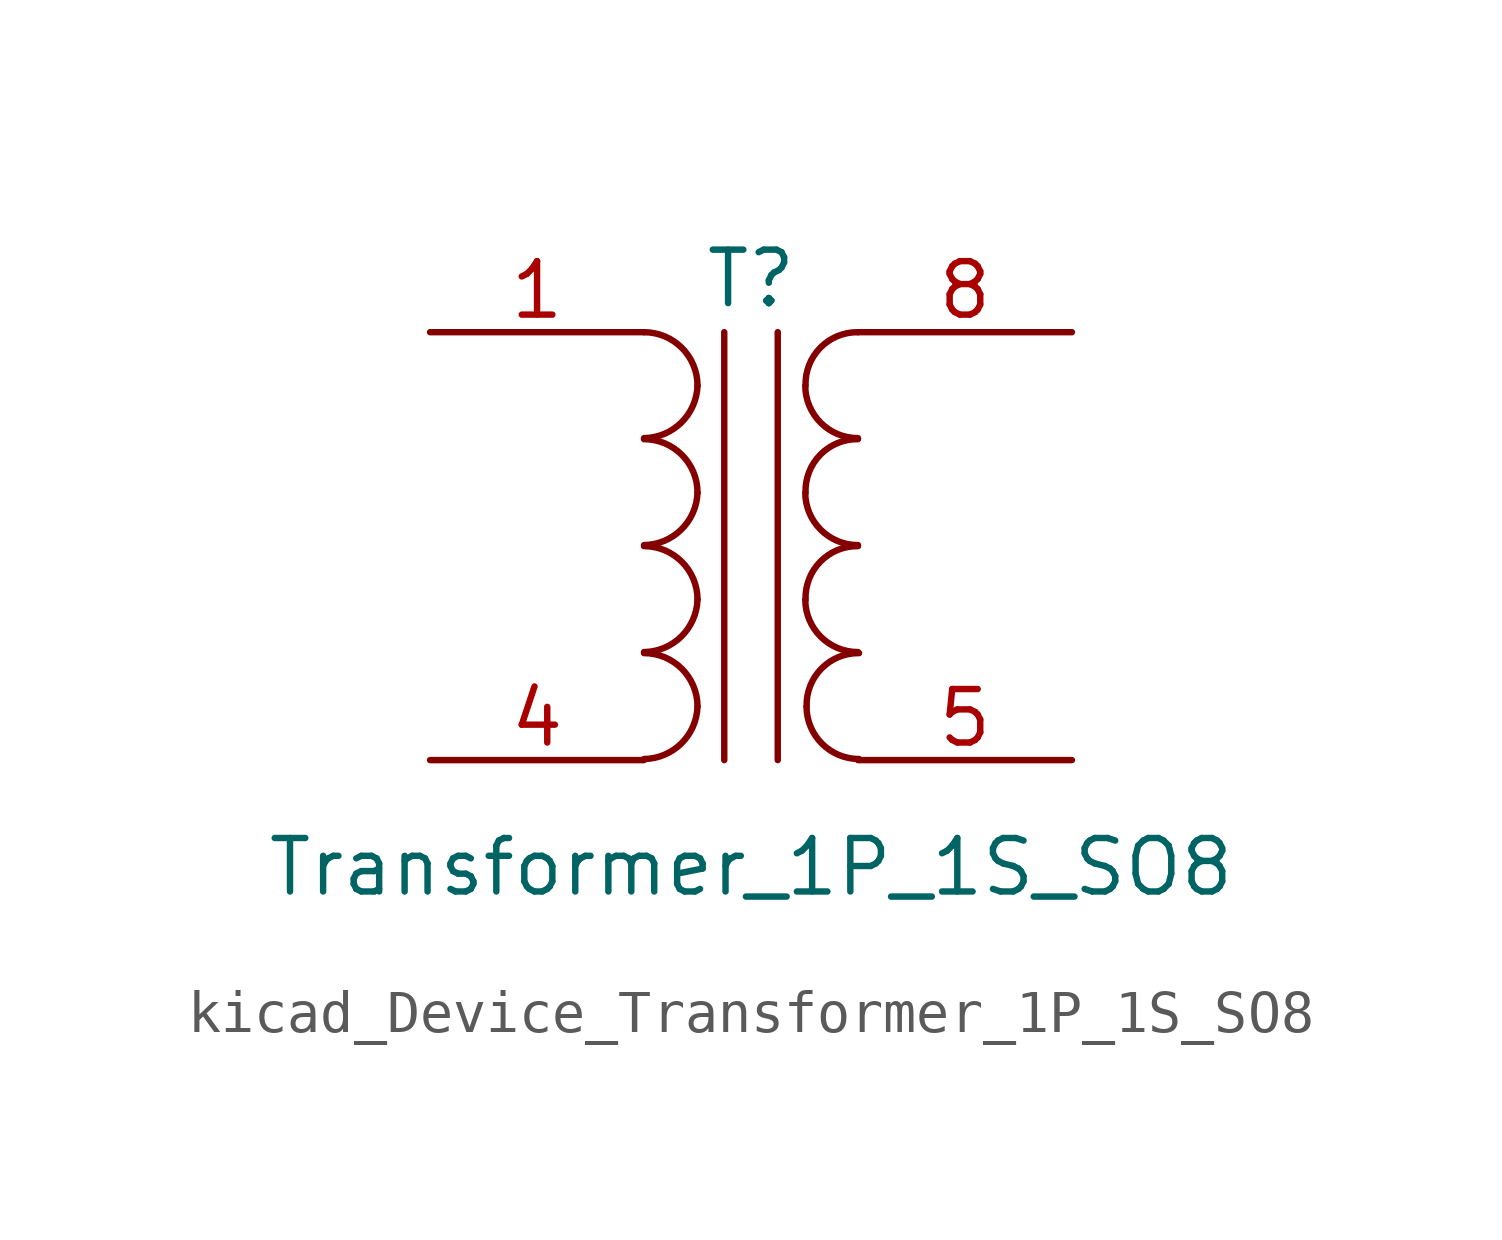
<source format=kicad_sym>
(kicad_symbol_lib
  (version 20220914)
  (generator kicad_symbol_editor)
  (symbol "kicad_Device_Transformer_1P_1S_SO8"
    (pin_names
      (offset 1.016) hide)
    (property "Reference" "T"
      (at 0 6.35 0)
      (effects (font (size 1.27 1.27))))
    (property "Value" "Transformer_1P_1S_SO8"
      (at 0 -7.62 0)
      (effects (font (size 1.27 1.27))))
    (symbol "kicad_Device_Transformer_1P_1S_SO8_0_1"
      (arc (start -2.54 -5.0546) (mid -1.6599 -4.6901) (end -1.27 -3.81) (stroke (width 0) (type default)) (fill (type none)))
      (arc (start -2.54 -2.5146) (mid -1.6599 -2.1501) (end -1.27 -1.27) (stroke (width 0) (type default)) (fill (type none)))
      (arc (start -2.54 0.0254) (mid -1.6599 0.3899) (end -1.27 1.27) (stroke (width 0) (type default)) (fill (type none)))
      (arc (start -2.54 2.5654) (mid -1.6599 2.9299) (end -1.27 3.81) (stroke (width 0) (type default)) (fill (type none)))
      (arc (start -1.27 -3.81) (mid -1.642 -2.912) (end -2.54 -2.54) (stroke (width 0) (type default)) (fill (type none)))
      (arc (start -1.27 -1.27) (mid -1.642 -0.372) (end -2.54 0) (stroke (width 0) (type default)) (fill (type none)))
      (arc (start -1.27 1.27) (mid -1.642 2.168) (end -2.54 2.54) (stroke (width 0) (type default)) (fill (type none)))
      (arc (start -1.27 3.81) (mid -1.642 4.708) (end -2.54 5.08) (stroke (width 0) (type default)) (fill (type none)))
      (polyline (pts (xy -0.635 5.08) (xy -0.635 -5.08)) (stroke (width 0) (type default)) (fill (type none)))
      (polyline (pts (xy 0.635 -5.08) (xy 0.635 5.08)) (stroke (width 0) (type default)) (fill (type none)))
      (arc (start 1.2954 -1.27) (mid 1.6599 -2.1501) (end 2.54 -2.5146) (stroke (width 0) (type default)) (fill (type none)))
      (arc (start 1.2954 1.27) (mid 1.6599 0.3899) (end 2.54 0.0254) (stroke (width 0) (type default)) (fill (type none)))
      (arc (start 1.2954 3.81) (mid 1.6599 2.9299) (end 2.54 2.5654) (stroke (width 0) (type default)) (fill (type none)))
      (arc (start 1.3208 -3.81) (mid 1.6853 -4.6901) (end 2.5654 -5.0546) (stroke (width 0) (type default)) (fill (type none)))
      (arc (start 2.54 0) (mid 1.642 -0.372) (end 1.2954 -1.27) (stroke (width 0) (type default)) (fill (type none)))
      (arc (start 2.54 2.54) (mid 1.642 2.168) (end 1.2954 1.27) (stroke (width 0) (type default)) (fill (type none)))
      (arc (start 2.54 5.08) (mid 1.642 4.708) (end 1.2954 3.81) (stroke (width 0) (type default)) (fill (type none)))
      (arc (start 2.5654 -2.54) (mid 1.6674 -2.912) (end 1.3208 -3.81) (stroke (width 0) (type default)) (fill (type none))))
    (symbol "kicad_Device_Transformer_1P_1S_SO8_1_1"
      (pin passive line (at -7.62 5.08 0) (length 5.08) (name "AA" (effects (font (size 1.27 1.27)))) (number "1" (effects (font (size 1.27 1.27)))))
      (pin passive line (at -7.62 -5.08 0) (length 5.08) (name "AB" (effects (font (size 1.27 1.27)))) (number "4" (effects (font (size 1.27 1.27)))))
      (pin passive line (at 7.62 -5.08 180) (length 5.08) (name "SA" (effects (font (size 1.27 1.27)))) (number "5" (effects (font (size 1.27 1.27)))))
      (pin passive line (at 7.62 5.08 180) (length 5.08) (name "SB" (effects (font (size 1.27 1.27)))) (number "8" (effects (font (size 1.27 1.27))))))))
</source>
